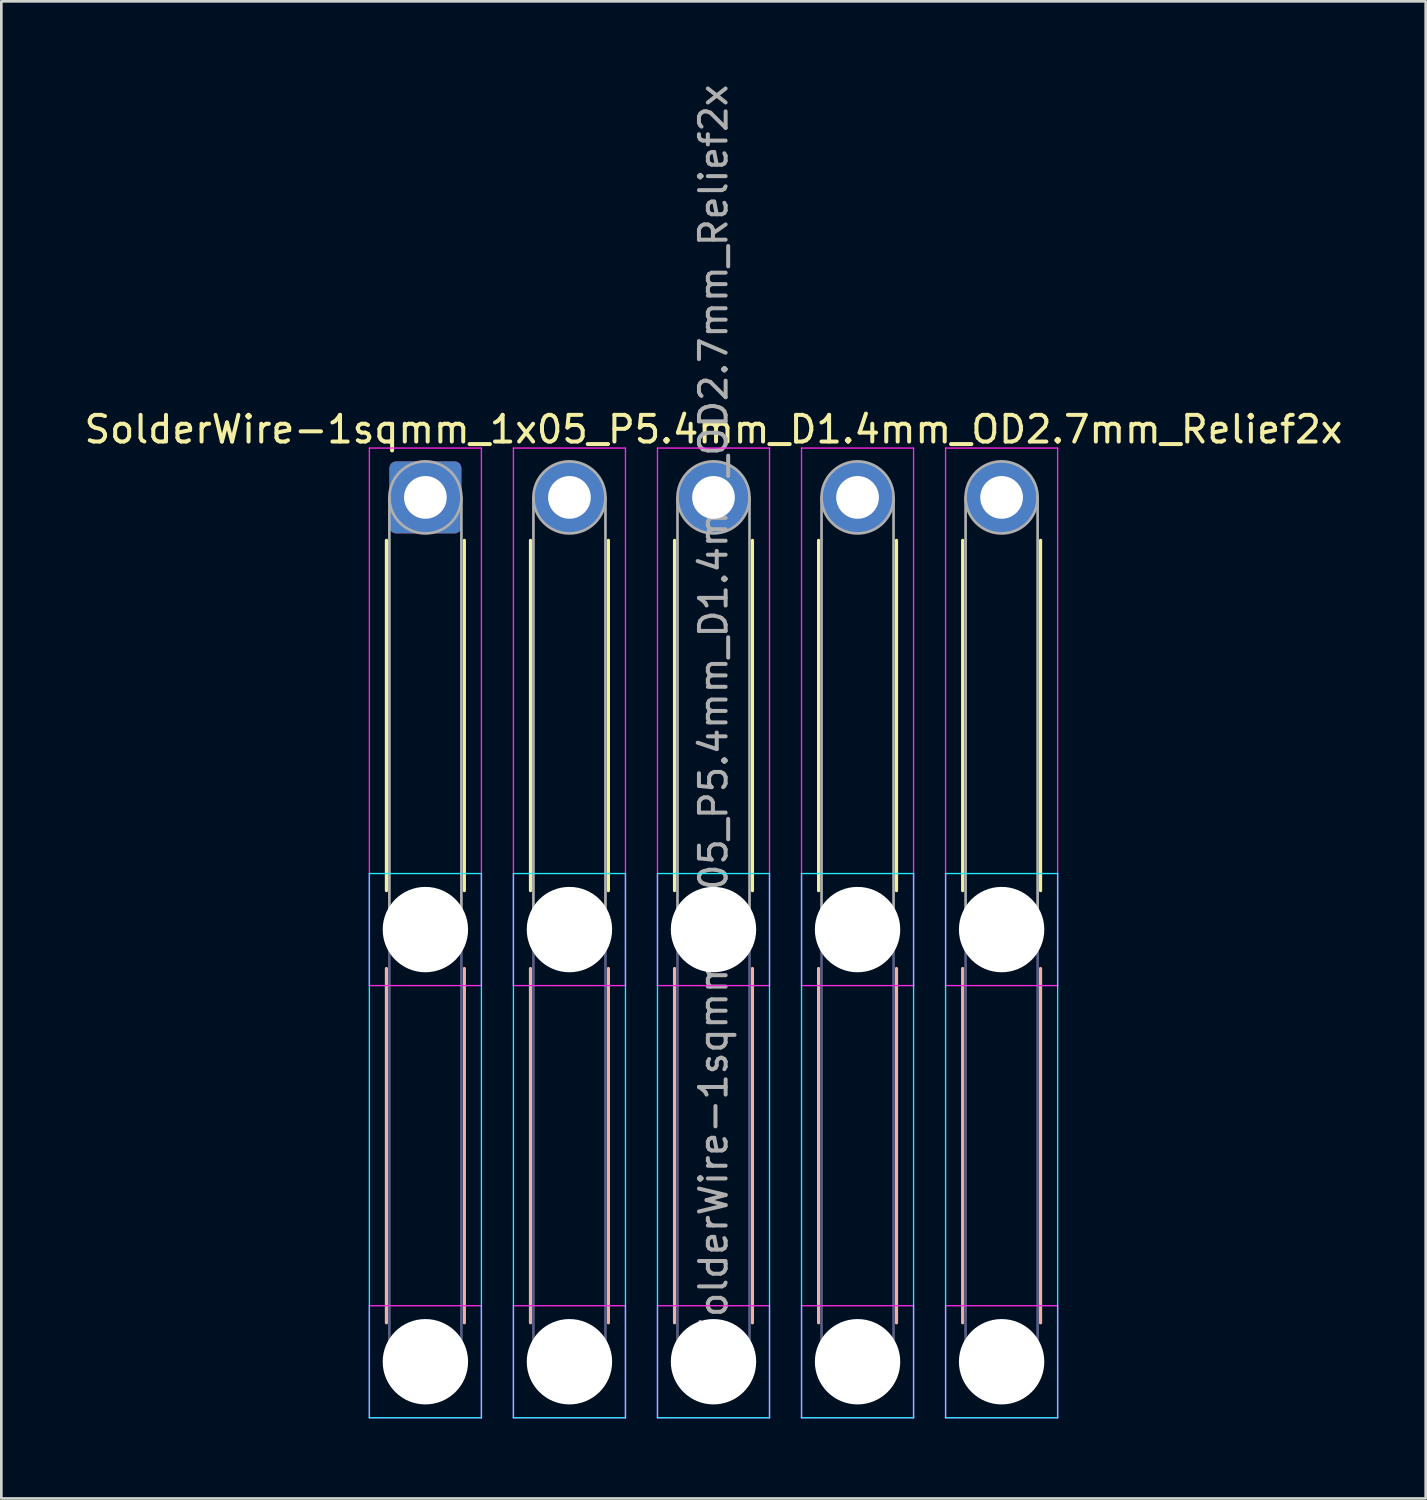
<source format=kicad_pcb>
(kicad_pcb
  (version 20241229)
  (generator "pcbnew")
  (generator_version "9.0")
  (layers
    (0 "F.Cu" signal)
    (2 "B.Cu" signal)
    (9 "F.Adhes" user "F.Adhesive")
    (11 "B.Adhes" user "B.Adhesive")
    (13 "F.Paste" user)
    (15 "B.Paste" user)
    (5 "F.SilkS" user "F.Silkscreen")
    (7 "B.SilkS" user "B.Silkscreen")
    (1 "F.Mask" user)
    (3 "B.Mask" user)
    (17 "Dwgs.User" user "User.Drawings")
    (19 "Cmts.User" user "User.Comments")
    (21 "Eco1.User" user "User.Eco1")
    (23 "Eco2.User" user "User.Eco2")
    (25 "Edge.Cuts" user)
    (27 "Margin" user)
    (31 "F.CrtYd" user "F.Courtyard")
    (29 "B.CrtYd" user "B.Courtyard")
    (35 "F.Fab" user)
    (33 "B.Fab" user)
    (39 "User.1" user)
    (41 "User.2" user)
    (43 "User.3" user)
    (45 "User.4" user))
  (footprint "SolderWire-1sqmm_1x05_P5.4mm_D1.4mm_OD2.7mm_Relief2x"
    (layer "F.Cu")
    (at 12.896 15.596)
    (property "Reference" "SolderWire-1sqmm_1x05_P5.4mm_D1.4mm_OD2.7mm_Relief2x" (at 10.8 -2.55 0) (layer "F.SilkS") (effects (font (size 1 1) (thickness 0.15))))
    (attr exclude_from_pos_files exclude_from_bom)
    (fp_line (start -1.46 1.61) (end -1.46 14.74) (stroke (width 0.12) (type solid)) (layer "F.SilkS"))
    (fp_line (start 1.46 1.61) (end 1.46 14.74) (stroke (width 0.12) (type solid)) (layer "F.SilkS"))
    (fp_line (start 3.94 1.61) (end 3.94 14.74) (stroke (width 0.12) (type solid)) (layer "F.SilkS"))
    (fp_line (start 6.86 1.61) (end 6.86 14.74) (stroke (width 0.12) (type solid)) (layer "F.SilkS"))
    (fp_line (start 9.34 1.61) (end 9.34 14.74) (stroke (width 0.12) (type solid)) (layer "F.SilkS"))
    (fp_line (start 12.26 1.61) (end 12.26 14.74) (stroke (width 0.12) (type solid)) (layer "F.SilkS"))
    (fp_line (start 14.74 1.61) (end 14.74 14.74) (stroke (width 0.12) (type solid)) (layer "F.SilkS"))
    (fp_line (start 17.66 1.61) (end 17.66 14.74) (stroke (width 0.12) (type solid)) (layer "F.SilkS"))
    (fp_line (start 20.14 1.61) (end 20.14 14.74) (stroke (width 0.12) (type solid)) (layer "F.SilkS"))
    (fp_line (start 23.06 1.61) (end 23.06 14.74) (stroke (width 0.12) (type solid)) (layer "F.SilkS"))
    (fp_line (start -1.46 17.66) (end -1.46 30.94) (stroke (width 0.12) (type solid)) (layer "B.SilkS"))
    (fp_line (start 1.46 17.66) (end 1.46 30.94) (stroke (width 0.12) (type solid)) (layer "B.SilkS"))
    (fp_line (start 3.94 17.66) (end 3.94 30.94) (stroke (width 0.12) (type solid)) (layer "B.SilkS"))
    (fp_line (start 6.86 17.66) (end 6.86 30.94) (stroke (width 0.12) (type solid)) (layer "B.SilkS"))
    (fp_line (start 9.34 17.66) (end 9.34 30.94) (stroke (width 0.12) (type solid)) (layer "B.SilkS"))
    (fp_line (start 12.26 17.66) (end 12.26 30.94) (stroke (width 0.12) (type solid)) (layer "B.SilkS"))
    (fp_line (start 14.74 17.66) (end 14.74 30.94) (stroke (width 0.12) (type solid)) (layer "B.SilkS"))
    (fp_line (start 17.66 17.66) (end 17.66 30.94) (stroke (width 0.12) (type solid)) (layer "B.SilkS"))
    (fp_line (start 20.14 17.66) (end 20.14 30.94) (stroke (width 0.12) (type solid)) (layer "B.SilkS"))
    (fp_line (start 23.06 17.66) (end 23.06 30.94) (stroke (width 0.12) (type solid)) (layer "B.SilkS"))
    (fp_line (start -2.1 14.1) (end -2.1 34.5) (stroke (width 0.05) (type solid)) (layer "B.CrtYd"))
    (fp_line (start -2.1 34.5) (end 2.1 34.5) (stroke (width 0.05) (type solid)) (layer "B.CrtYd"))
    (fp_line (start 2.1 14.1) (end -2.1 14.1) (stroke (width 0.05) (type solid)) (layer "B.CrtYd"))
    (fp_line (start 2.1 34.5) (end 2.1 14.1) (stroke (width 0.05) (type solid)) (layer "B.CrtYd"))
    (fp_line (start 3.3 14.1) (end 3.3 34.5) (stroke (width 0.05) (type solid)) (layer "B.CrtYd"))
    (fp_line (start 3.3 34.5) (end 7.5 34.5) (stroke (width 0.05) (type solid)) (layer "B.CrtYd"))
    (fp_line (start 7.5 14.1) (end 3.3 14.1) (stroke (width 0.05) (type solid)) (layer "B.CrtYd"))
    (fp_line (start 7.5 34.5) (end 7.5 14.1) (stroke (width 0.05) (type solid)) (layer "B.CrtYd"))
    (fp_line (start 8.7 14.1) (end 8.7 34.5) (stroke (width 0.05) (type solid)) (layer "B.CrtYd"))
    (fp_line (start 8.7 34.5) (end 12.9 34.5) (stroke (width 0.05) (type solid)) (layer "B.CrtYd"))
    (fp_line (start 12.9 14.1) (end 8.7 14.1) (stroke (width 0.05) (type solid)) (layer "B.CrtYd"))
    (fp_line (start 12.9 34.5) (end 12.9 14.1) (stroke (width 0.05) (type solid)) (layer "B.CrtYd"))
    (fp_line (start 14.1 14.1) (end 14.1 34.5) (stroke (width 0.05) (type solid)) (layer "B.CrtYd"))
    (fp_line (start 14.1 34.5) (end 18.3 34.5) (stroke (width 0.05) (type solid)) (layer "B.CrtYd"))
    (fp_line (start 18.3 14.1) (end 14.1 14.1) (stroke (width 0.05) (type solid)) (layer "B.CrtYd"))
    (fp_line (start 18.3 34.5) (end 18.3 14.1) (stroke (width 0.05) (type solid)) (layer "B.CrtYd"))
    (fp_line (start 19.5 14.1) (end 19.5 34.5) (stroke (width 0.05) (type solid)) (layer "B.CrtYd"))
    (fp_line (start 19.5 34.5) (end 23.7 34.5) (stroke (width 0.05) (type solid)) (layer "B.CrtYd"))
    (fp_line (start 23.7 14.1) (end 19.5 14.1) (stroke (width 0.05) (type solid)) (layer "B.CrtYd"))
    (fp_line (start 23.7 34.5) (end 23.7 14.1) (stroke (width 0.05) (type solid)) (layer "B.CrtYd"))
    (fp_line (start -2.1 -1.85) (end -2.1 18.3) (stroke (width 0.05) (type solid)) (layer "F.CrtYd"))
    (fp_line (start -2.1 18.3) (end 2.1 18.3) (stroke (width 0.05) (type solid)) (layer "F.CrtYd"))
    (fp_line (start -2.1 30.3) (end -2.1 34.5) (stroke (width 0.05) (type solid)) (layer "F.CrtYd"))
    (fp_line (start -2.1 34.5) (end 2.1 34.5) (stroke (width 0.05) (type solid)) (layer "F.CrtYd"))
    (fp_line (start 2.1 -1.85) (end -2.1 -1.85) (stroke (width 0.05) (type solid)) (layer "F.CrtYd"))
    (fp_line (start 2.1 18.3) (end 2.1 -1.85) (stroke (width 0.05) (type solid)) (layer "F.CrtYd"))
    (fp_line (start 2.1 30.3) (end -2.1 30.3) (stroke (width 0.05) (type solid)) (layer "F.CrtYd"))
    (fp_line (start 2.1 34.5) (end 2.1 30.3) (stroke (width 0.05) (type solid)) (layer "F.CrtYd"))
    (fp_line (start 3.3 -1.85) (end 3.3 18.3) (stroke (width 0.05) (type solid)) (layer "F.CrtYd"))
    (fp_line (start 3.3 18.3) (end 7.5 18.3) (stroke (width 0.05) (type solid)) (layer "F.CrtYd"))
    (fp_line (start 3.3 30.3) (end 3.3 34.5) (stroke (width 0.05) (type solid)) (layer "F.CrtYd"))
    (fp_line (start 3.3 34.5) (end 7.5 34.5) (stroke (width 0.05) (type solid)) (layer "F.CrtYd"))
    (fp_line (start 7.5 -1.85) (end 3.3 -1.85) (stroke (width 0.05) (type solid)) (layer "F.CrtYd"))
    (fp_line (start 7.5 18.3) (end 7.5 -1.85) (stroke (width 0.05) (type solid)) (layer "F.CrtYd"))
    (fp_line (start 7.5 30.3) (end 3.3 30.3) (stroke (width 0.05) (type solid)) (layer "F.CrtYd"))
    (fp_line (start 7.5 34.5) (end 7.5 30.3) (stroke (width 0.05) (type solid)) (layer "F.CrtYd"))
    (fp_line (start 8.7 -1.85) (end 8.7 18.3) (stroke (width 0.05) (type solid)) (layer "F.CrtYd"))
    (fp_line (start 8.7 18.3) (end 12.9 18.3) (stroke (width 0.05) (type solid)) (layer "F.CrtYd"))
    (fp_line (start 8.7 30.3) (end 8.7 34.5) (stroke (width 0.05) (type solid)) (layer "F.CrtYd"))
    (fp_line (start 8.7 34.5) (end 12.9 34.5) (stroke (width 0.05) (type solid)) (layer "F.CrtYd"))
    (fp_line (start 12.9 -1.85) (end 8.7 -1.85) (stroke (width 0.05) (type solid)) (layer "F.CrtYd"))
    (fp_line (start 12.9 18.3) (end 12.9 -1.85) (stroke (width 0.05) (type solid)) (layer "F.CrtYd"))
    (fp_line (start 12.9 30.3) (end 8.7 30.3) (stroke (width 0.05) (type solid)) (layer "F.CrtYd"))
    (fp_line (start 12.9 34.5) (end 12.9 30.3) (stroke (width 0.05) (type solid)) (layer "F.CrtYd"))
    (fp_line (start 14.1 -1.85) (end 14.1 18.3) (stroke (width 0.05) (type solid)) (layer "F.CrtYd"))
    (fp_line (start 14.1 18.3) (end 18.3 18.3) (stroke (width 0.05) (type solid)) (layer "F.CrtYd"))
    (fp_line (start 14.1 30.3) (end 14.1 34.5) (stroke (width 0.05) (type solid)) (layer "F.CrtYd"))
    (fp_line (start 14.1 34.5) (end 18.3 34.5) (stroke (width 0.05) (type solid)) (layer "F.CrtYd"))
    (fp_line (start 18.3 -1.85) (end 14.1 -1.85) (stroke (width 0.05) (type solid)) (layer "F.CrtYd"))
    (fp_line (start 18.3 18.3) (end 18.3 -1.85) (stroke (width 0.05) (type solid)) (layer "F.CrtYd"))
    (fp_line (start 18.3 30.3) (end 14.1 30.3) (stroke (width 0.05) (type solid)) (layer "F.CrtYd"))
    (fp_line (start 18.3 34.5) (end 18.3 30.3) (stroke (width 0.05) (type solid)) (layer "F.CrtYd"))
    (fp_line (start 19.5 -1.85) (end 19.5 18.3) (stroke (width 0.05) (type solid)) (layer "F.CrtYd"))
    (fp_line (start 19.5 18.3) (end 23.7 18.3) (stroke (width 0.05) (type solid)) (layer "F.CrtYd"))
    (fp_line (start 19.5 30.3) (end 19.5 34.5) (stroke (width 0.05) (type solid)) (layer "F.CrtYd"))
    (fp_line (start 19.5 34.5) (end 23.7 34.5) (stroke (width 0.05) (type solid)) (layer "F.CrtYd"))
    (fp_line (start 23.7 -1.85) (end 19.5 -1.85) (stroke (width 0.05) (type solid)) (layer "F.CrtYd"))
    (fp_line (start 23.7 18.3) (end 23.7 -1.85) (stroke (width 0.05) (type solid)) (layer "F.CrtYd"))
    (fp_line (start 23.7 30.3) (end 19.5 30.3) (stroke (width 0.05) (type solid)) (layer "F.CrtYd"))
    (fp_line (start 23.7 34.5) (end 23.7 30.3) (stroke (width 0.05) (type solid)) (layer "F.CrtYd"))
    (fp_line (start -1.35 16.2) (end -1.35 32.4) (stroke (width 0.1) (type solid)) (layer "B.Fab"))
    (fp_line (start 1.35 16.2) (end 1.35 32.4) (stroke (width 0.1) (type solid)) (layer "B.Fab"))
    (fp_line (start 4.05 16.2) (end 4.05 32.4) (stroke (width 0.1) (type solid)) (layer "B.Fab"))
    (fp_line (start 6.75 16.2) (end 6.75 32.4) (stroke (width 0.1) (type solid)) (layer "B.Fab"))
    (fp_line (start 9.45 16.2) (end 9.45 32.4) (stroke (width 0.1) (type solid)) (layer "B.Fab"))
    (fp_line (start 12.15 16.2) (end 12.15 32.4) (stroke (width 0.1) (type solid)) (layer "B.Fab"))
    (fp_line (start 14.85 16.2) (end 14.85 32.4) (stroke (width 0.1) (type solid)) (layer "B.Fab"))
    (fp_line (start 17.55 16.2) (end 17.55 32.4) (stroke (width 0.1) (type solid)) (layer "B.Fab"))
    (fp_line (start 20.25 16.2) (end 20.25 32.4) (stroke (width 0.1) (type solid)) (layer "B.Fab"))
    (fp_line (start 22.95 16.2) (end 22.95 32.4) (stroke (width 0.1) (type solid)) (layer "B.Fab"))
    (fp_circle (center 0 16.2) (end 1.35 16.2) (stroke (width 0.1) (type solid)) (fill no) (layer "B.Fab"))
    (fp_circle (center 0 32.4) (end 1.35 32.4) (stroke (width 0.1) (type solid)) (fill no) (layer "B.Fab"))
    (fp_circle (center 5.4 16.2) (end 6.75 16.2) (stroke (width 0.1) (type solid)) (fill no) (layer "B.Fab"))
    (fp_circle (center 5.4 32.4) (end 6.75 32.4) (stroke (width 0.1) (type solid)) (fill no) (layer "B.Fab"))
    (fp_circle (center 10.8 16.2) (end 12.15 16.2) (stroke (width 0.1) (type solid)) (fill no) (layer "B.Fab"))
    (fp_circle (center 10.8 32.4) (end 12.15 32.4) (stroke (width 0.1) (type solid)) (fill no) (layer "B.Fab"))
    (fp_circle (center 16.2 16.2) (end 17.55 16.2) (stroke (width 0.1) (type solid)) (fill no) (layer "B.Fab"))
    (fp_circle (center 16.2 32.4) (end 17.55 32.4) (stroke (width 0.1) (type solid)) (fill no) (layer "B.Fab"))
    (fp_circle (center 21.6 16.2) (end 22.95 16.2) (stroke (width 0.1) (type solid)) (fill no) (layer "B.Fab"))
    (fp_circle (center 21.6 32.4) (end 22.95 32.4) (stroke (width 0.1) (type solid)) (fill no) (layer "B.Fab"))
    (fp_line (start -1.35 0) (end -1.35 16.2) (stroke (width 0.1) (type solid)) (layer "F.Fab"))
    (fp_line (start 1.35 0) (end 1.35 16.2) (stroke (width 0.1) (type solid)) (layer "F.Fab"))
    (fp_line (start 4.05 0) (end 4.05 16.2) (stroke (width 0.1) (type solid)) (layer "F.Fab"))
    (fp_line (start 6.75 0) (end 6.75 16.2) (stroke (width 0.1) (type solid)) (layer "F.Fab"))
    (fp_line (start 9.45 0) (end 9.45 16.2) (stroke (width 0.1) (type solid)) (layer "F.Fab"))
    (fp_line (start 12.15 0) (end 12.15 16.2) (stroke (width 0.1) (type solid)) (layer "F.Fab"))
    (fp_line (start 14.85 0) (end 14.85 16.2) (stroke (width 0.1) (type solid)) (layer "F.Fab"))
    (fp_line (start 17.55 0) (end 17.55 16.2) (stroke (width 0.1) (type solid)) (layer "F.Fab"))
    (fp_line (start 20.25 0) (end 20.25 16.2) (stroke (width 0.1) (type solid)) (layer "F.Fab"))
    (fp_line (start 22.95 0) (end 22.95 16.2) (stroke (width 0.1) (type solid)) (layer "F.Fab"))
    (fp_circle (center 0 0) (end 1.35 0) (stroke (width 0.1) (type solid)) (fill no) (layer "F.Fab"))
    (fp_circle (center 0 16.2) (end 1.35 16.2) (stroke (width 0.1) (type solid)) (fill no) (layer "F.Fab"))
    (fp_circle (center 0 32.4) (end 1.35 32.4) (stroke (width 0.1) (type solid)) (fill no) (layer "F.Fab"))
    (fp_circle (center 5.4 0) (end 6.75 0) (stroke (width 0.1) (type solid)) (fill no) (layer "F.Fab"))
    (fp_circle (center 5.4 16.2) (end 6.75 16.2) (stroke (width 0.1) (type solid)) (fill no) (layer "F.Fab"))
    (fp_circle (center 5.4 32.4) (end 6.75 32.4) (stroke (width 0.1) (type solid)) (fill no) (layer "F.Fab"))
    (fp_circle (center 10.8 0) (end 12.15 0) (stroke (width 0.1) (type solid)) (fill no) (layer "F.Fab"))
    (fp_circle (center 10.8 16.2) (end 12.15 16.2) (stroke (width 0.1) (type solid)) (fill no) (layer "F.Fab"))
    (fp_circle (center 10.8 32.4) (end 12.15 32.4) (stroke (width 0.1) (type solid)) (fill no) (layer "F.Fab"))
    (fp_circle (center 16.2 0) (end 17.55 0) (stroke (width 0.1) (type solid)) (fill no) (layer "F.Fab"))
    (fp_circle (center 16.2 16.2) (end 17.55 16.2) (stroke (width 0.1) (type solid)) (fill no) (layer "F.Fab"))
    (fp_circle (center 16.2 32.4) (end 17.55 32.4) (stroke (width 0.1) (type solid)) (fill no) (layer "F.Fab"))
    (fp_circle (center 21.6 0) (end 22.95 0) (stroke (width 0.1) (type solid)) (fill no) (layer "F.Fab"))
    (fp_circle (center 21.6 16.2) (end 22.95 16.2) (stroke (width 0.1) (type solid)) (fill no) (layer "F.Fab"))
    (fp_circle (center 21.6 32.4) (end 22.95 32.4) (stroke (width 0.1) (type solid)) (fill no) (layer "F.Fab"))
    (fp_text user "${REFERENCE}" (at 10.8 8.1 90) (layer "F.Fab") (effects (font (size 1 1) (thickness 0.15))))
    (pad "" np_thru_hole circle (at 0 16.2) (size 3.2 3.2) (drill 3.2) (layers "*.Cu" "*.Mask"))
    (pad "" np_thru_hole circle (at 0 32.4) (size 3.2 3.2) (drill 3.2) (layers "*.Cu" "*.Mask"))
    (pad "" np_thru_hole circle (at 5.4 16.2) (size 3.2 3.2) (drill 3.2) (layers "*.Cu" "*.Mask"))
    (pad "" np_thru_hole circle (at 5.4 32.4) (size 3.2 3.2) (drill 3.2) (layers "*.Cu" "*.Mask"))
    (pad "" np_thru_hole circle (at 10.8 16.2) (size 3.2 3.2) (drill 3.2) (layers "*.Cu" "*.Mask"))
    (pad "" np_thru_hole circle (at 10.8 32.4) (size 3.2 3.2) (drill 3.2) (layers "*.Cu" "*.Mask"))
    (pad "" np_thru_hole circle (at 16.2 16.2) (size 3.2 3.2) (drill 3.2) (layers "*.Cu" "*.Mask"))
    (pad "" np_thru_hole circle (at 16.2 32.4) (size 3.2 3.2) (drill 3.2) (layers "*.Cu" "*.Mask"))
    (pad "" np_thru_hole circle (at 21.6 16.2) (size 3.2 3.2) (drill 3.2) (layers "*.Cu" "*.Mask"))
    (pad "" np_thru_hole circle (at 21.6 32.4) (size 3.2 3.2) (drill 3.2) (layers "*.Cu" "*.Mask"))
    (pad "1" thru_hole roundrect (at 0 0) (size 2.7 2.7) (drill 1.6) (layers "*.Cu" "*.Mask") (roundrect_rratio 0.093))
    (pad "2" thru_hole circle (at 5.4 0) (size 2.7 2.7) (drill 1.6) (layers "*.Cu" "*.Mask"))
    (pad "3" thru_hole circle (at 10.8 0) (size 2.7 2.7) (drill 1.6) (layers "*.Cu" "*.Mask"))
    (pad "4" thru_hole circle (at 16.2 0) (size 2.7 2.7) (drill 1.6) (layers "*.Cu" "*.Mask"))
    (pad "5" thru_hole circle (at 21.6 0) (size 2.7 2.7) (drill 1.6) (layers "*.Cu" "*.Mask")))
  (gr_rect
    (start -3 -3)
    (end 50.393 53.121)
    (stroke (width 0.1) (type default))
    (fill no)
    (layer "Edge.Cuts")))
</source>
